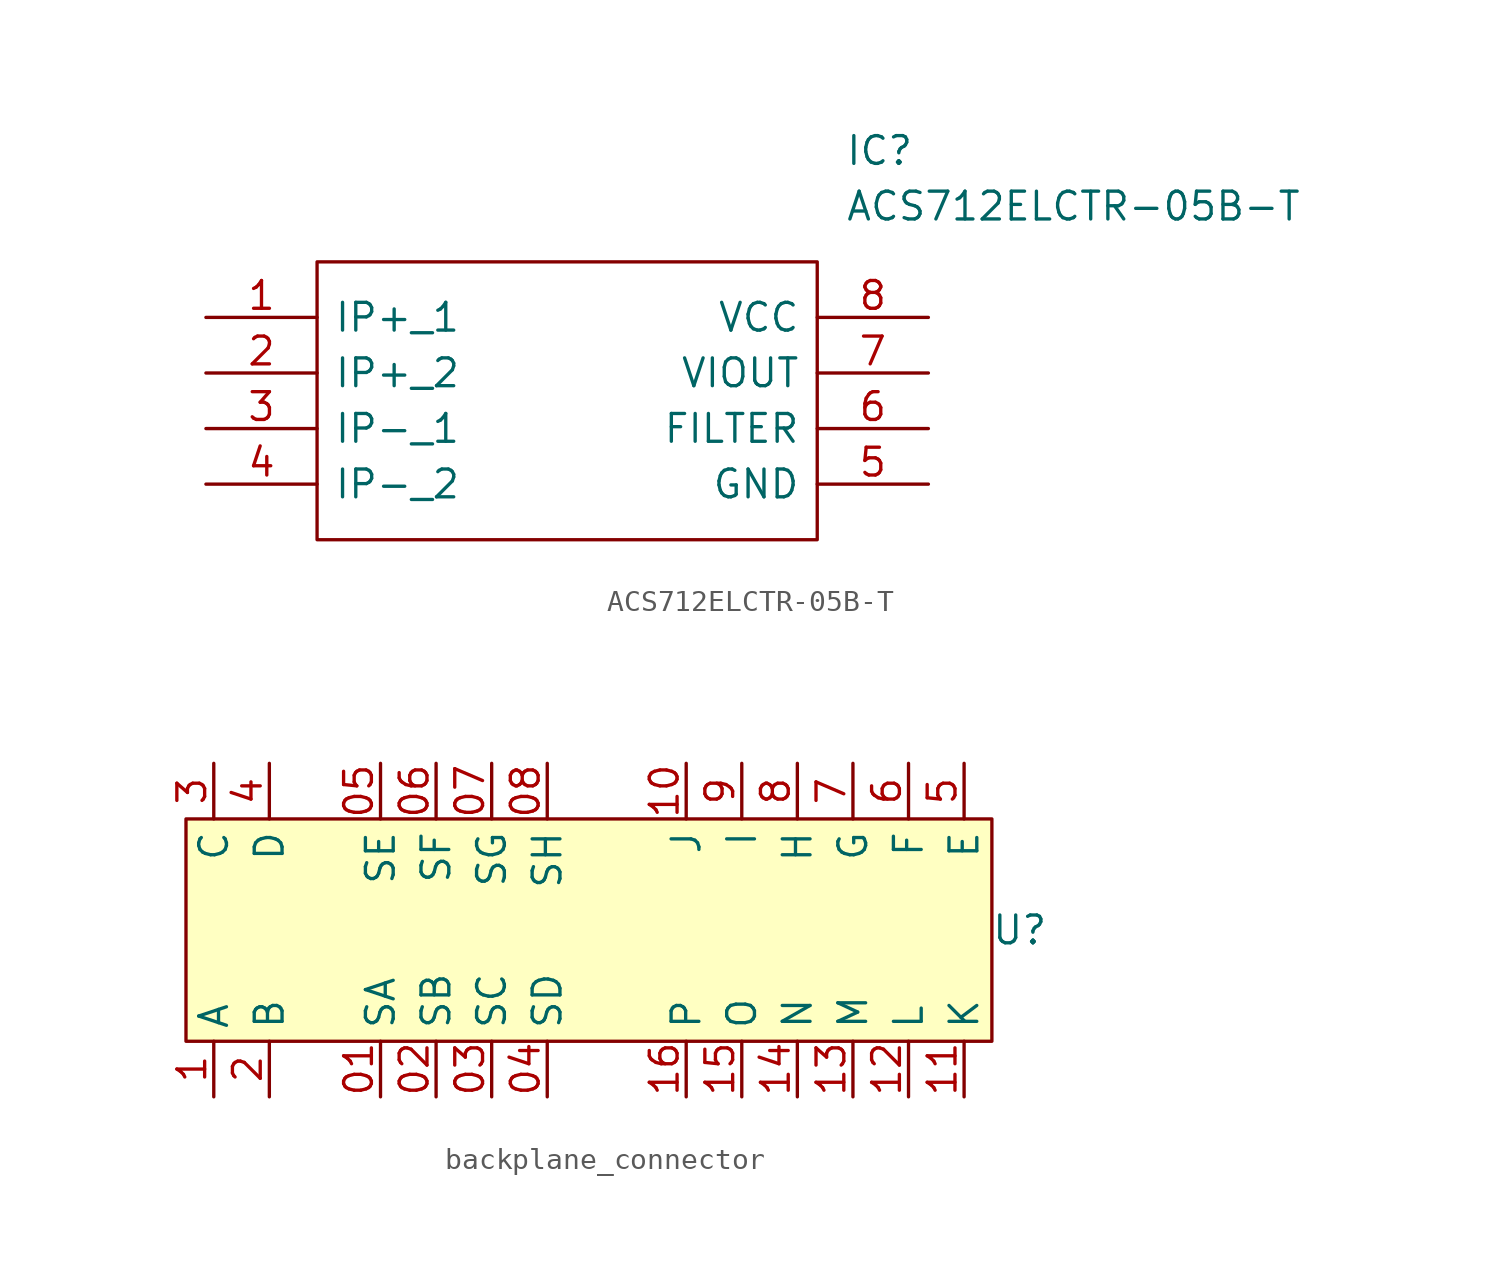
<source format=kicad_sym>
(kicad_symbol_lib
  (version 20220914)
  (generator kicad_symbol_editor)
  (symbol "ACS712ELCTR-05B-T"
    (pin_names
      (offset 0.762))
    (property "Reference" "IC"
      (at 29.21 7.62 0)
      (effects (font (size 1.27 1.27)) (justify left)))
    (property "Value" "ACS712ELCTR-05B-T"
      (at 29.21 5.08 0)
      (effects (font (size 1.27 1.27)) (justify left)))
    (symbol "ACS712ELCTR-05B-T_0_0"
      (pin passive line (at 0 0 0) (length 5.08) (name "IP+_1" (effects (font (size 1.27 1.27)))) (number "1" (effects (font (size 1.27 1.27)))))
      (pin passive line (at 0 -2.54 0) (length 5.08) (name "IP+_2" (effects (font (size 1.27 1.27)))) (number "2" (effects (font (size 1.27 1.27)))))
      (pin passive line (at 0 -5.08 0) (length 5.08) (name "IP-_1" (effects (font (size 1.27 1.27)))) (number "3" (effects (font (size 1.27 1.27)))))
      (pin passive line (at 0 -7.62 0) (length 5.08) (name "IP-_2" (effects (font (size 1.27 1.27)))) (number "4" (effects (font (size 1.27 1.27)))))
      (pin passive line (at 33.02 -7.62 180) (length 5.08) (name "GND" (effects (font (size 1.27 1.27)))) (number "5" (effects (font (size 1.27 1.27)))))
      (pin passive line (at 33.02 -5.08 180) (length 5.08) (name "FILTER" (effects (font (size 1.27 1.27)))) (number "6" (effects (font (size 1.27 1.27)))))
      (pin passive line (at 33.02 -2.54 180) (length 5.08) (name "VIOUT" (effects (font (size 1.27 1.27)))) (number "7" (effects (font (size 1.27 1.27)))))
      (pin passive line (at 33.02 0 180) (length 5.08) (name "VCC" (effects (font (size 1.27 1.27)))) (number "8" (effects (font (size 1.27 1.27))))))
    (symbol "ACS712ELCTR-05B-T_0_1"
      (polyline (pts (xy 5.08 2.54) (xy 27.94 2.54) (xy 27.94 -10.16) (xy 5.08 -10.16) (xy 5.08 2.54)) (stroke (width 0.152) (type solid)) (fill (type none)))))
  (symbol "backplane_connector"
    (property "Reference" "U"
      (at 21.59 0 0)
      (effects (font (size 1.27 1.27))))
    (property "Value" ""
      (at 0 0 0)
      (effects (font (size 1.27 1.27))))
    (symbol "backplane_connector_1_1"
      (rectangle (start -16.51 5.08) (end 20.32 -5.08) (stroke (width 0) (type default)) (fill (type background)))
      (pin input line (at -7.62 -7.62 90) (length 2.54) (name "SA" (effects (font (size 1.27 1.27)))) (number "01" (effects (font (size 1.27 1.27)))))
      (pin input line (at -5.08 -7.62 90) (length 2.54) (name "SB" (effects (font (size 1.27 1.27)))) (number "02" (effects (font (size 1.27 1.27)))))
      (pin input line (at -2.54 -7.62 90) (length 2.54) (name "SC" (effects (font (size 1.27 1.27)))) (number "03" (effects (font (size 1.27 1.27)))))
      (pin input line (at 0 -7.62 90) (length 2.54) (name "SD" (effects (font (size 1.27 1.27)))) (number "04" (effects (font (size 1.27 1.27)))))
      (pin input line (at -7.62 7.62 270) (length 2.54) (name "SE" (effects (font (size 1.27 1.27)))) (number "05" (effects (font (size 1.27 1.27)))))
      (pin input line (at -5.08 7.62 270) (length 2.54) (name "SF" (effects (font (size 1.27 1.27)))) (number "06" (effects (font (size 1.27 1.27)))))
      (pin input line (at -2.54 7.62 270) (length 2.54) (name "SG" (effects (font (size 1.27 1.27)))) (number "07" (effects (font (size 1.27 1.27)))))
      (pin input line (at 0 7.62 270) (length 2.54) (name "SH" (effects (font (size 1.27 1.27)))) (number "08" (effects (font (size 1.27 1.27)))))
      (pin power_in line (at -15.24 -7.62 90) (length 2.54) (name "A" (effects (font (size 1.27 1.27)))) (number "1" (effects (font (size 1.27 1.27)))))
      (pin power_in line (at 6.35 7.62 270) (length 2.54) (name "J" (effects (font (size 1.27 1.27)))) (number "10" (effects (font (size 1.27 1.27)))))
      (pin power_in line (at 19.05 -7.62 90) (length 2.54) (name "K" (effects (font (size 1.27 1.27)))) (number "11" (effects (font (size 1.27 1.27)))))
      (pin power_in line (at 16.51 -7.62 90) (length 2.54) (name "L" (effects (font (size 1.27 1.27)))) (number "12" (effects (font (size 1.27 1.27)))))
      (pin power_in line (at 13.97 -7.62 90) (length 2.54) (name "M" (effects (font (size 1.27 1.27)))) (number "13" (effects (font (size 1.27 1.27)))))
      (pin power_in line (at 11.43 -7.62 90) (length 2.54) (name "N" (effects (font (size 1.27 1.27)))) (number "14" (effects (font (size 1.27 1.27)))))
      (pin power_in line (at 8.89 -7.62 90) (length 2.54) (name "O" (effects (font (size 1.27 1.27)))) (number "15" (effects (font (size 1.27 1.27)))))
      (pin power_in line (at 6.35 -7.62 90) (length 2.54) (name "P" (effects (font (size 1.27 1.27)))) (number "16" (effects (font (size 1.27 1.27)))))
      (pin power_in line (at -12.7 -7.62 90) (length 2.54) (name "B" (effects (font (size 1.27 1.27)))) (number "2" (effects (font (size 1.27 1.27)))))
      (pin power_in line (at -15.24 7.62 270) (length 2.54) (name "C" (effects (font (size 1.27 1.27)))) (number "3" (effects (font (size 1.27 1.27)))))
      (pin power_in line (at -12.7 7.62 270) (length 2.54) (name "D" (effects (font (size 1.27 1.27)))) (number "4" (effects (font (size 1.27 1.27)))))
      (pin power_in line (at 19.05 7.62 270) (length 2.54) (name "E" (effects (font (size 1.27 1.27)))) (number "5" (effects (font (size 1.27 1.27)))))
      (pin power_in line (at 16.51 7.62 270) (length 2.54) (name "F" (effects (font (size 1.27 1.27)))) (number "6" (effects (font (size 1.27 1.27)))))
      (pin power_in line (at 13.97 7.62 270) (length 2.54) (name "G" (effects (font (size 1.27 1.27)))) (number "7" (effects (font (size 1.27 1.27)))))
      (pin power_in line (at 11.43 7.62 270) (length 2.54) (name "H" (effects (font (size 1.27 1.27)))) (number "8" (effects (font (size 1.27 1.27)))))
      (pin power_in line (at 8.89 7.62 270) (length 2.54) (name "I" (effects (font (size 1.27 1.27)))) (number "9" (effects (font (size 1.27 1.27))))))))
</source>
